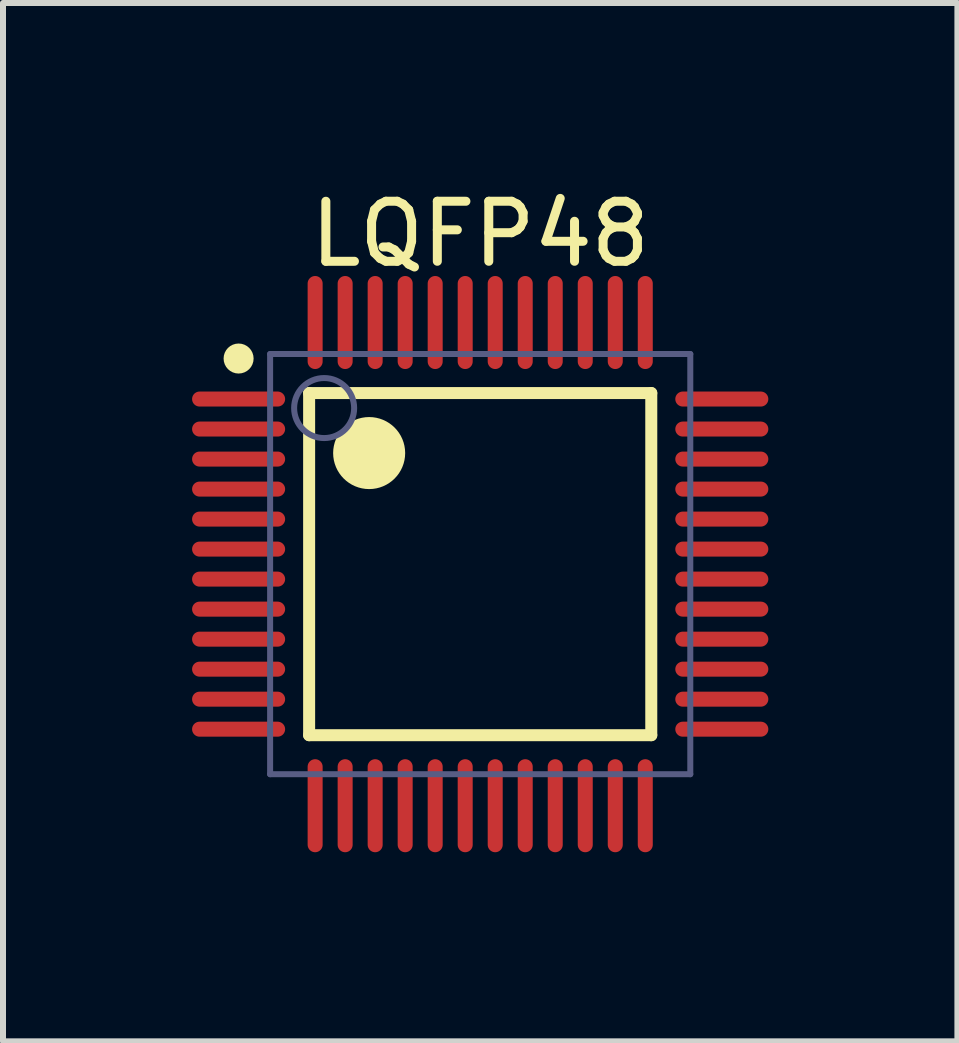
<source format=kicad_pcb>
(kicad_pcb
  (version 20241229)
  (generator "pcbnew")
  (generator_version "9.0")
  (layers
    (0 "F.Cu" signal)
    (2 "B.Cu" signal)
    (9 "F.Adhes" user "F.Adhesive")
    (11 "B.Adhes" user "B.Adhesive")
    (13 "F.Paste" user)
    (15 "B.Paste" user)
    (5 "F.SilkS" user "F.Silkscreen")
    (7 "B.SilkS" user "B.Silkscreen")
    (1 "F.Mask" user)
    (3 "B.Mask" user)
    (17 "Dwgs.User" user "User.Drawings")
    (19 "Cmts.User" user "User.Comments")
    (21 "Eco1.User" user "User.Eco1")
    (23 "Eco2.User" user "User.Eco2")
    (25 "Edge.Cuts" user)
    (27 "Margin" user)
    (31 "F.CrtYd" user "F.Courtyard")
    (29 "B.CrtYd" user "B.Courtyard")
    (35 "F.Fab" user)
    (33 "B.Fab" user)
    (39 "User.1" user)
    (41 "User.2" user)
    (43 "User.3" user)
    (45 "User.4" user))
  (footprint "LQFP48"
    (layer "F.Cu")
    (at 4.95 6.348)
    (property "Reference" "LQFP48" (at 0 -5.5 0) (layer "F.SilkS") (effects (font (size 1 1) (thickness 0.15))))
    (fp_line (start -2.85 -2.85) (end 2.85 -2.85) (stroke (width 0.2) (type solid)) (layer "F.SilkS"))
    (fp_line (start -2.85 2.85) (end -2.85 -2.85) (stroke (width 0.2) (type solid)) (layer "F.SilkS"))
    (fp_line (start -2.85 2.85) (end 2.85 2.85) (stroke (width 0.2) (type solid)) (layer "F.SilkS"))
    (fp_line (start 2.85 2.85) (end 2.85 -2.85) (stroke (width 0.2) (type solid)) (layer "F.SilkS"))
    (fp_circle (center -4.025 -3.425) (end -4.025 -3.55) (stroke (width 0.25) (type solid)) (fill no) (layer "F.SilkS"))
    (fp_circle (center -1.85 -1.85) (end -1.85 -2.15) (stroke (width 0.6) (type solid)) (fill no) (layer "F.SilkS"))
    (fp_line (start -4.9 -4.9) (end 4.9 -4.9) (stroke (width 0.1) (type solid)) (layer "Eco2.User"))
    (fp_line (start -4.9 4.9) (end -4.9 -4.9) (stroke (width 0.1) (type solid)) (layer "Eco2.User"))
    (fp_line (start -4.9 4.9) (end 4.9 4.9) (stroke (width 0.1) (type solid)) (layer "Eco2.User"))
    (fp_line (start -0.5 0) (end 0.5 0) (stroke (width 0.1) (type solid)) (layer "Eco2.User"))
    (fp_line (start 0 0.5) (end 0 -0.5) (stroke (width 0.1) (type solid)) (layer "Eco2.User"))
    (fp_line (start 4.9 4.9) (end 4.9 -4.9) (stroke (width 0.1) (type solid)) (layer "Eco2.User"))
    (fp_line (start -3.5 -3.5) (end 3.5 -3.5) (stroke (width 0.1) (type solid)) (layer "B.Fab"))
    (fp_line (start -3.5 3.5) (end -3.5 -3.5) (stroke (width 0.1) (type solid)) (layer "B.Fab"))
    (fp_line (start -3.5 3.5) (end 3.5 3.5) (stroke (width 0.1) (type solid)) (layer "B.Fab"))
    (fp_line (start 3.5 3.5) (end 3.5 -3.5) (stroke (width 0.1) (type solid)) (layer "B.Fab"))
    (fp_circle (center -2.6 -2.6) (end -2.6 -3.1) (stroke (width 0.1) (type solid)) (fill no) (layer "B.Fab"))
    (pad "1" smd oval (at -4.025 -2.75 90) (size 0.25 1.55) (layers "F.Cu" "F.Mask" "F.Paste"))
    (pad "2" smd oval (at -4.025 -2.25 90) (size 0.25 1.55) (layers "F.Cu" "F.Mask" "F.Paste"))
    (pad "3" smd oval (at -4.025 -1.75 90) (size 0.25 1.55) (layers "F.Cu" "F.Mask" "F.Paste"))
    (pad "4" smd oval (at -4.025 -1.25 90) (size 0.25 1.55) (layers "F.Cu" "F.Mask" "F.Paste"))
    (pad "5" smd oval (at -4.025 -0.75 90) (size 0.25 1.55) (layers "F.Cu" "F.Mask" "F.Paste"))
    (pad "6" smd oval (at -4.025 -0.25 90) (size 0.25 1.55) (layers "F.Cu" "F.Mask" "F.Paste"))
    (pad "7" smd oval (at -4.025 0.25 90) (size 0.25 1.55) (layers "F.Cu" "F.Mask" "F.Paste"))
    (pad "8" smd oval (at -4.025 0.75 90) (size 0.25 1.55) (layers "F.Cu" "F.Mask" "F.Paste"))
    (pad "9" smd oval (at -4.025 1.25 90) (size 0.25 1.55) (layers "F.Cu" "F.Mask" "F.Paste"))
    (pad "10" smd oval (at -4.025 1.75 90) (size 0.25 1.55) (layers "F.Cu" "F.Mask" "F.Paste"))
    (pad "11" smd oval (at -4.025 2.25 90) (size 0.25 1.55) (layers "F.Cu" "F.Mask" "F.Paste"))
    (pad "12" smd oval (at -4.025 2.75 90) (size 0.25 1.55) (layers "F.Cu" "F.Mask" "F.Paste"))
    (pad "13" smd oval (at -2.75 4.025) (size 0.25 1.55) (layers "F.Cu" "F.Mask" "F.Paste"))
    (pad "14" smd oval (at -2.25 4.025) (size 0.25 1.55) (layers "F.Cu" "F.Mask" "F.Paste"))
    (pad "15" smd oval (at -1.75 4.025) (size 0.25 1.55) (layers "F.Cu" "F.Mask" "F.Paste"))
    (pad "16" smd oval (at -1.25 4.025) (size 0.25 1.55) (layers "F.Cu" "F.Mask" "F.Paste"))
    (pad "17" smd oval (at -0.75 4.025) (size 0.25 1.55) (layers "F.Cu" "F.Mask" "F.Paste"))
    (pad "18" smd oval (at -0.25 4.025) (size 0.25 1.55) (layers "F.Cu" "F.Mask" "F.Paste"))
    (pad "19" smd oval (at 0.25 4.025) (size 0.25 1.55) (layers "F.Cu" "F.Mask" "F.Paste"))
    (pad "20" smd oval (at 0.75 4.025) (size 0.25 1.55) (layers "F.Cu" "F.Mask" "F.Paste"))
    (pad "21" smd oval (at 1.25 4.025) (size 0.25 1.55) (layers "F.Cu" "F.Mask" "F.Paste"))
    (pad "22" smd oval (at 1.75 4.025) (size 0.25 1.55) (layers "F.Cu" "F.Mask" "F.Paste"))
    (pad "23" smd oval (at 2.25 4.025) (size 0.25 1.55) (layers "F.Cu" "F.Mask" "F.Paste"))
    (pad "24" smd oval (at 2.75 4.025) (size 0.25 1.55) (layers "F.Cu" "F.Mask" "F.Paste"))
    (pad "25" smd oval (at 4.025 2.75 90) (size 0.25 1.55) (layers "F.Cu" "F.Mask" "F.Paste"))
    (pad "26" smd oval (at 4.025 2.25 90) (size 0.25 1.55) (layers "F.Cu" "F.Mask" "F.Paste"))
    (pad "27" smd oval (at 4.025 1.75 90) (size 0.25 1.55) (layers "F.Cu" "F.Mask" "F.Paste"))
    (pad "28" smd oval (at 4.025 1.25 90) (size 0.25 1.55) (layers "F.Cu" "F.Mask" "F.Paste"))
    (pad "29" smd oval (at 4.025 0.75 90) (size 0.25 1.55) (layers "F.Cu" "F.Mask" "F.Paste"))
    (pad "30" smd oval (at 4.025 0.25 90) (size 0.25 1.55) (layers "F.Cu" "F.Mask" "F.Paste"))
    (pad "31" smd oval (at 4.025 -0.25 90) (size 0.25 1.55) (layers "F.Cu" "F.Mask" "F.Paste"))
    (pad "32" smd oval (at 4.025 -0.75 90) (size 0.25 1.55) (layers "F.Cu" "F.Mask" "F.Paste"))
    (pad "33" smd oval (at 4.025 -1.25 90) (size 0.25 1.55) (layers "F.Cu" "F.Mask" "F.Paste"))
    (pad "34" smd oval (at 4.025 -1.75 90) (size 0.25 1.55) (layers "F.Cu" "F.Mask" "F.Paste"))
    (pad "35" smd oval (at 4.025 -2.25 90) (size 0.25 1.55) (layers "F.Cu" "F.Mask" "F.Paste"))
    (pad "36" smd oval (at 4.025 -2.75 90) (size 0.25 1.55) (layers "F.Cu" "F.Mask" "F.Paste"))
    (pad "37" smd oval (at 2.75 -4.025) (size 0.25 1.55) (layers "F.Cu" "F.Mask" "F.Paste"))
    (pad "38" smd oval (at 2.25 -4.025) (size 0.25 1.55) (layers "F.Cu" "F.Mask" "F.Paste"))
    (pad "39" smd oval (at 1.75 -4.025) (size 0.25 1.55) (layers "F.Cu" "F.Mask" "F.Paste"))
    (pad "40" smd oval (at 1.25 -4.025) (size 0.25 1.55) (layers "F.Cu" "F.Mask" "F.Paste"))
    (pad "41" smd oval (at 0.75 -4.025) (size 0.25 1.55) (layers "F.Cu" "F.Mask" "F.Paste"))
    (pad "42" smd oval (at 0.25 -4.025) (size 0.25 1.55) (layers "F.Cu" "F.Mask" "F.Paste"))
    (pad "43" smd oval (at -0.25 -4.025) (size 0.25 1.55) (layers "F.Cu" "F.Mask" "F.Paste"))
    (pad "44" smd oval (at -0.75 -4.025) (size 0.25 1.55) (layers "F.Cu" "F.Mask" "F.Paste"))
    (pad "45" smd oval (at -1.25 -4.025) (size 0.25 1.55) (layers "F.Cu" "F.Mask" "F.Paste"))
    (pad "46" smd oval (at -1.75 -4.025) (size 0.25 1.55) (layers "F.Cu" "F.Mask" "F.Paste"))
    (pad "47" smd oval (at -2.25 -4.025) (size 0.25 1.55) (layers "F.Cu" "F.Mask" "F.Paste"))
    (pad "48" smd oval (at -2.75 -4.025) (size 0.25 1.55) (layers "F.Cu" "F.Mask" "F.Paste")))
  (gr_rect
    (start -3 -3)
    (end 12.9 14.298)
    (stroke (width 0.1) (type default))
    (fill no)
    (layer "Edge.Cuts")))
</source>
